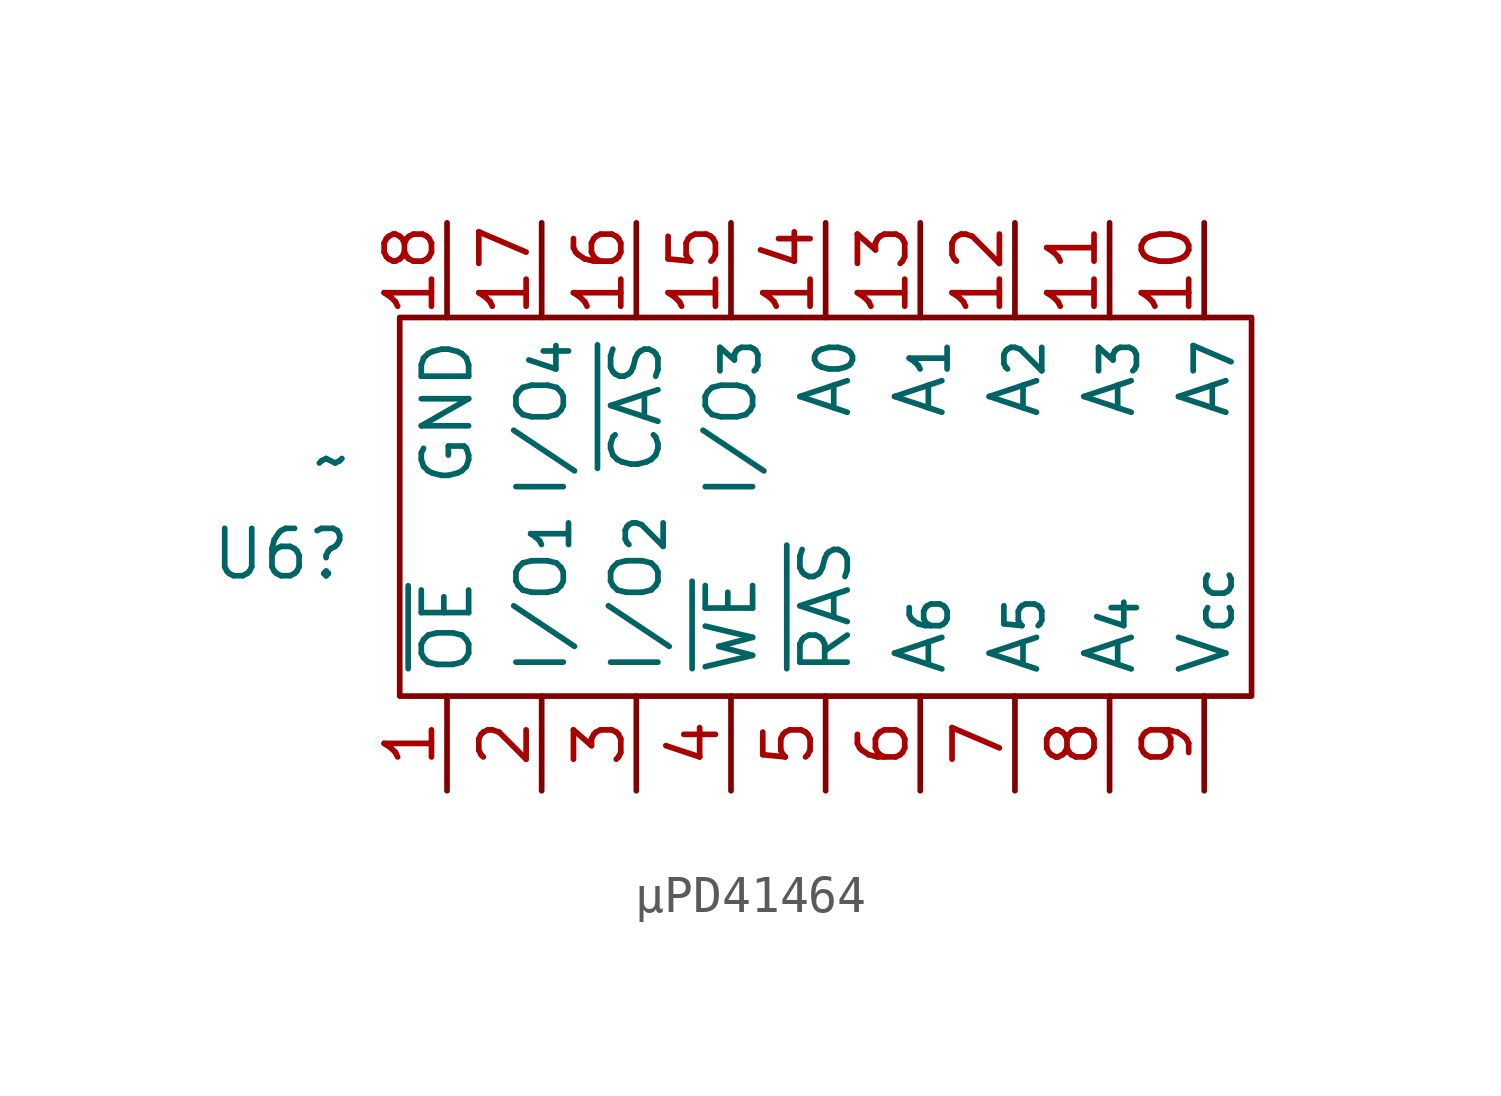
<source format=kicad_sym>
(kicad_symbol_lib
  (version 20241209)
  (generator "kicad_symbol_editor")
  (generator_version "9.0")
  (symbol "µPD41464"
    (property "Reference" "U6"
      (at -12.7 -1.27 0)
      (effects (font (size 1.27 1.27)) (justify right)))
    (property "Value" "~"
      (at -12.7 1.27 0)
      (effects (font (size 1.27 1.27)) (justify right)))
    (symbol "µPD41464_0_1"
      (rectangle (start -11.43 5.08) (end 11.43 -5.08) (stroke (width 0) (type default)) (fill (type none))))
    (symbol "µPD41464_1_1"
      (pin power_in line (at -10.16 7.62 270) (length 2.54) (name "GND" (effects (font (size 1.27 1.27)))) (number "18" (effects (font (size 1.27 1.27)))))
      (pin input line (at -10.16 -7.62 90) (length 2.54) (name "~{OE}" (effects (font (size 1.27 1.27)))) (number "1" (effects (font (size 1.27 1.27)))))
      (pin bidirectional line (at -7.62 7.62 270) (length 2.54) (name "I/O_{4}" (effects (font (size 1.27 1.27)))) (number "17" (effects (font (size 1.27 1.27)))))
      (pin bidirectional line (at -7.62 -7.62 90) (length 2.54) (name "I/O_{1}" (effects (font (size 1.27 1.27)))) (number "2" (effects (font (size 1.27 1.27)))))
      (pin input line (at -5.08 7.62 270) (length 2.54) (name "~{CAS}" (effects (font (size 1.27 1.27)))) (number "16" (effects (font (size 1.27 1.27)))))
      (pin bidirectional line (at -5.08 -7.62 90) (length 2.54) (name "I/O_{2}" (effects (font (size 1.27 1.27)))) (number "3" (effects (font (size 1.27 1.27)))))
      (pin bidirectional line (at -2.54 7.62 270) (length 2.54) (name "I/O_{3}" (effects (font (size 1.27 1.27)))) (number "15" (effects (font (size 1.27 1.27)))))
      (pin bidirectional line (at -2.54 -7.62 90) (length 2.54) (name "~{WE}" (effects (font (size 1.27 1.27)))) (number "4" (effects (font (size 1.27 1.27)))))
      (pin input line (at 0 7.62 270) (length 2.54) (name "A_{0}" (effects (font (size 1.27 1.27)))) (number "14" (effects (font (size 1.27 1.27)))))
      (pin bidirectional line (at 0 -7.62 90) (length 2.54) (name "~{RAS}" (effects (font (size 1.27 1.27)))) (number "5" (effects (font (size 1.27 1.27)))))
      (pin input line (at 2.54 7.62 270) (length 2.54) (name "A_{1}" (effects (font (size 1.27 1.27)))) (number "13" (effects (font (size 1.27 1.27)))))
      (pin input line (at 2.54 -7.62 90) (length 2.54) (name "A_{6}" (effects (font (size 1.27 1.27)))) (number "6" (effects (font (size 1.27 1.27)))))
      (pin input line (at 5.08 7.62 270) (length 2.54) (name "A_{2}" (effects (font (size 1.27 1.27)))) (number "12" (effects (font (size 1.27 1.27)))))
      (pin input line (at 5.08 -7.62 90) (length 2.54) (name "A_{5}" (effects (font (size 1.27 1.27)))) (number "7" (effects (font (size 1.27 1.27)))))
      (pin input line (at 7.62 7.62 270) (length 2.54) (name "A_{3}" (effects (font (size 1.27 1.27)))) (number "11" (effects (font (size 1.27 1.27)))))
      (pin input line (at 7.62 -7.62 90) (length 2.54) (name "A_{4}" (effects (font (size 1.27 1.27)))) (number "8" (effects (font (size 1.27 1.27)))))
      (pin input line (at 10.16 7.62 270) (length 2.54) (name "A_{7}" (effects (font (size 1.27 1.27)))) (number "10" (effects (font (size 1.27 1.27)))))
      (pin power_in line (at 10.16 -7.62 90) (length 2.54) (name "V_{cc}" (effects (font (size 1.27 1.27)))) (number "9" (effects (font (size 1.27 1.27))))))))
</source>
